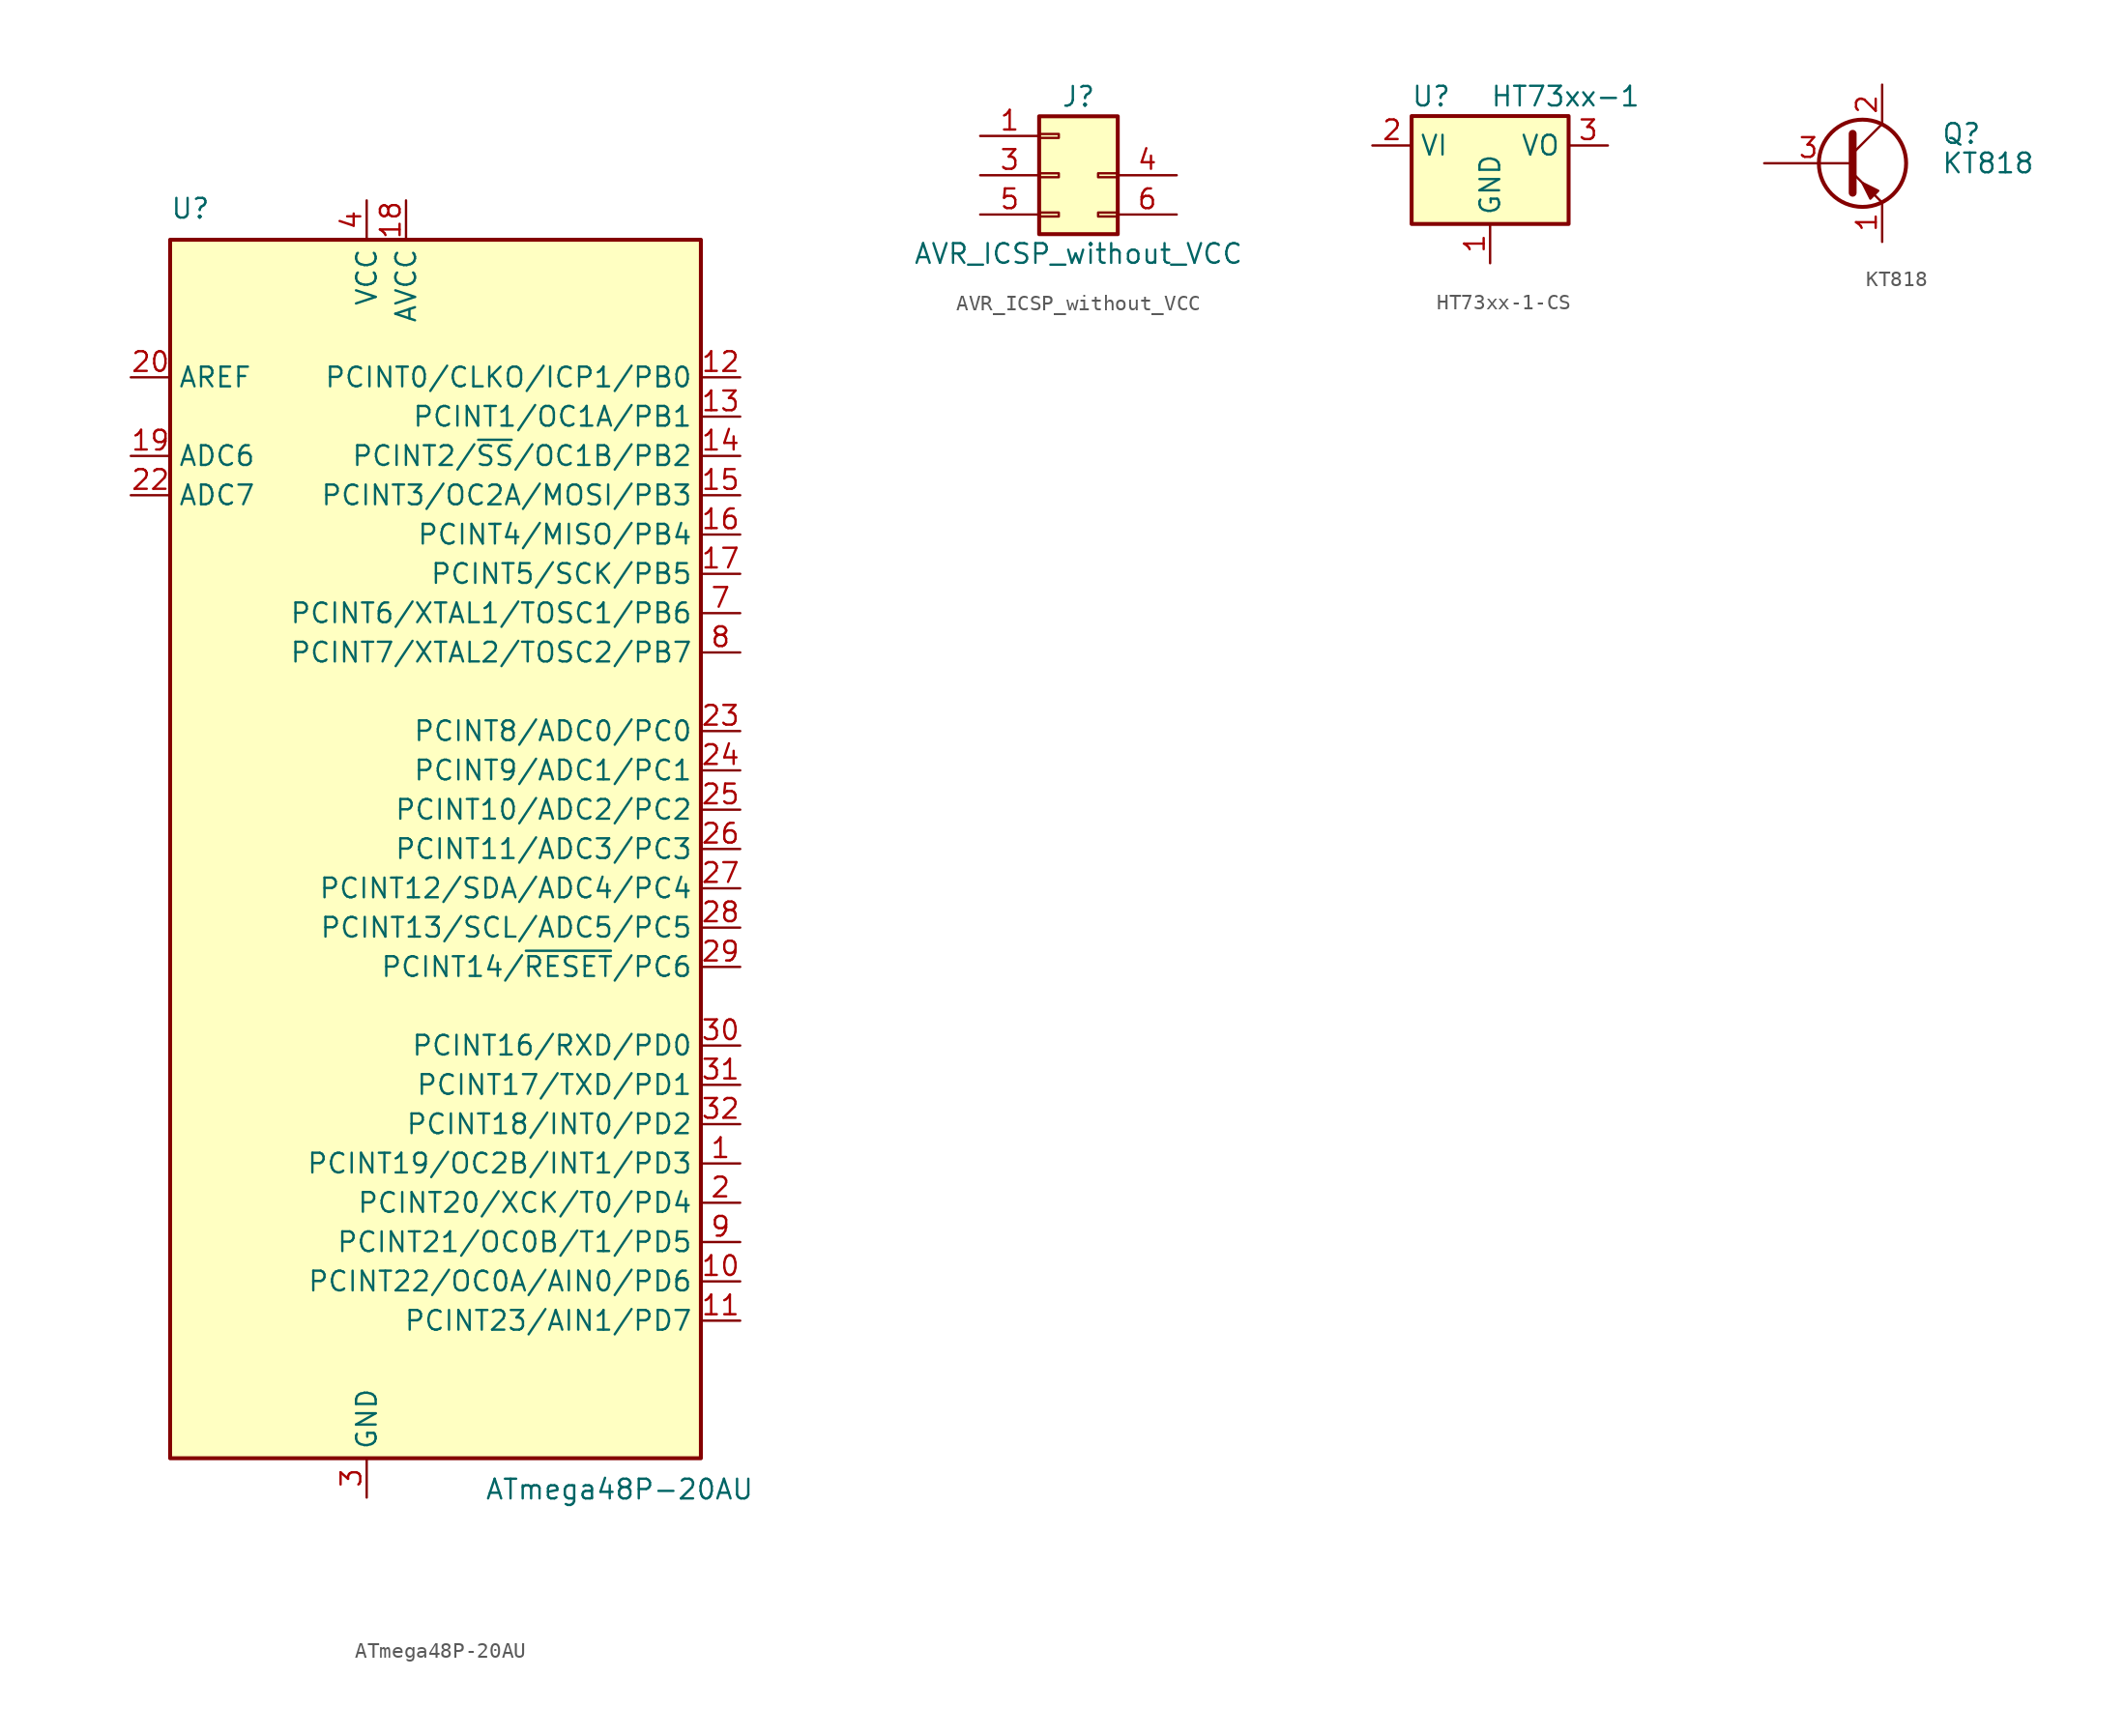
<source format=kicad_sym>
(kicad_symbol_lib
  (version 20220914)
  (generator kicad_symbol_editor)
  (symbol "ATmega48P-20AU"
    (property "Reference" "U"
      (at -21.59 40.64 0)
      (effects (font (size 1.27 1.27)) (justify left bottom)))
    (property "Value" "ATmega48P-20AU"
      (at -1.27 -40.64 0)
      (effects (font (size 1.27 1.27)) (justify left top)))
    (symbol "ATmega48P-20AU_0_1"
      (rectangle (start -21.59 -39.37) (end 12.7 39.37) (stroke (width 0.254) (type solid)) (fill (type background))))
    (symbol "ATmega48P-20AU_1_1"
      (pin bidirectional line (at 15.24 -20.32 180) (length 2.54) (name "PCINT19/OC2B/INT1/PD3" (effects (font (size 1.27 1.27)))) (number "1" (effects (font (size 1.27 1.27)))))
      (pin bidirectional line (at 15.24 -27.94 180) (length 2.54) (name "PCINT22/OC0A/AIN0/PD6" (effects (font (size 1.27 1.27)))) (number "10" (effects (font (size 1.27 1.27)))))
      (pin bidirectional line (at 15.24 -30.48 180) (length 2.54) (name "PCINT23/AIN1/PD7" (effects (font (size 1.27 1.27)))) (number "11" (effects (font (size 1.27 1.27)))))
      (pin bidirectional line (at 15.24 30.48 180) (length 2.54) (name "PCINT0/CLKO/ICP1/PB0" (effects (font (size 1.27 1.27)))) (number "12" (effects (font (size 1.27 1.27)))))
      (pin bidirectional line (at 15.24 27.94 180) (length 2.54) (name "PCINT1/OC1A/PB1" (effects (font (size 1.27 1.27)))) (number "13" (effects (font (size 1.27 1.27)))))
      (pin bidirectional line (at 15.24 25.4 180) (length 2.54) (name "PCINT2/~{SS}/OC1B/PB2" (effects (font (size 1.27 1.27)))) (number "14" (effects (font (size 1.27 1.27)))))
      (pin bidirectional line (at 15.24 22.86 180) (length 2.54) (name "PCINT3/OC2A/MOSI/PB3" (effects (font (size 1.27 1.27)))) (number "15" (effects (font (size 1.27 1.27)))))
      (pin bidirectional line (at 15.24 20.32 180) (length 2.54) (name "PCINT4/MISO/PB4" (effects (font (size 1.27 1.27)))) (number "16" (effects (font (size 1.27 1.27)))))
      (pin bidirectional line (at 15.24 17.78 180) (length 2.54) (name "PCINT5/SCK/PB5" (effects (font (size 1.27 1.27)))) (number "17" (effects (font (size 1.27 1.27)))))
      (pin power_in line (at -6.35 41.91 270) (length 2.54) (name "AVCC" (effects (font (size 1.27 1.27)))) (number "18" (effects (font (size 1.27 1.27)))))
      (pin input line (at -24.13 25.4 0) (length 2.54) (name "ADC6" (effects (font (size 1.27 1.27)))) (number "19" (effects (font (size 1.27 1.27)))))
      (pin bidirectional line (at 15.24 -22.86 180) (length 2.54) (name "PCINT20/XCK/T0/PD4" (effects (font (size 1.27 1.27)))) (number "2" (effects (font (size 1.27 1.27)))))
      (pin passive line (at -24.13 30.48 0) (length 2.54) (name "AREF" (effects (font (size 1.27 1.27)))) (number "20" (effects (font (size 1.27 1.27)))))
      (pin passive line (at -8.89 -41.91 90) (length 2.54) hide (name "GND" (effects (font (size 1.27 1.27)))) (number "21" (effects (font (size 1.27 1.27)))))
      (pin input line (at -24.13 22.86 0) (length 2.54) (name "ADC7" (effects (font (size 1.27 1.27)))) (number "22" (effects (font (size 1.27 1.27)))))
      (pin bidirectional line (at 15.24 7.62 180) (length 2.54) (name "PCINT8/ADC0/PC0" (effects (font (size 1.27 1.27)))) (number "23" (effects (font (size 1.27 1.27)))))
      (pin bidirectional line (at 15.24 5.08 180) (length 2.54) (name "PCINT9/ADC1/PC1" (effects (font (size 1.27 1.27)))) (number "24" (effects (font (size 1.27 1.27)))))
      (pin bidirectional line (at 15.24 2.54 180) (length 2.54) (name "PCINT10/ADC2/PC2" (effects (font (size 1.27 1.27)))) (number "25" (effects (font (size 1.27 1.27)))))
      (pin bidirectional line (at 15.24 0 180) (length 2.54) (name "PCINT11/ADC3/PC3" (effects (font (size 1.27 1.27)))) (number "26" (effects (font (size 1.27 1.27)))))
      (pin bidirectional line (at 15.24 -2.54 180) (length 2.54) (name "PCINT12/SDA/ADC4/PC4" (effects (font (size 1.27 1.27)))) (number "27" (effects (font (size 1.27 1.27)))))
      (pin bidirectional line (at 15.24 -5.08 180) (length 2.54) (name "PCINT13/SCL/ADC5/PC5" (effects (font (size 1.27 1.27)))) (number "28" (effects (font (size 1.27 1.27)))))
      (pin bidirectional line (at 15.24 -7.62 180) (length 2.54) (name "PCINT14/~{RESET}/PC6" (effects (font (size 1.27 1.27)))) (number "29" (effects (font (size 1.27 1.27)))))
      (pin power_in line (at -8.89 -41.91 90) (length 2.54) (name "GND" (effects (font (size 1.27 1.27)))) (number "3" (effects (font (size 1.27 1.27)))))
      (pin bidirectional line (at 15.24 -12.7 180) (length 2.54) (name "PCINT16/RXD/PD0" (effects (font (size 1.27 1.27)))) (number "30" (effects (font (size 1.27 1.27)))))
      (pin bidirectional line (at 15.24 -15.24 180) (length 2.54) (name "PCINT17/TXD/PD1" (effects (font (size 1.27 1.27)))) (number "31" (effects (font (size 1.27 1.27)))))
      (pin bidirectional line (at 15.24 -17.78 180) (length 2.54) (name "PCINT18/INT0/PD2" (effects (font (size 1.27 1.27)))) (number "32" (effects (font (size 1.27 1.27)))))
      (pin power_in line (at -8.89 41.91 270) (length 2.54) (name "VCC" (effects (font (size 1.27 1.27)))) (number "4" (effects (font (size 1.27 1.27)))))
      (pin passive line (at -8.89 -41.91 90) (length 2.54) hide (name "GND" (effects (font (size 1.27 1.27)))) (number "5" (effects (font (size 1.27 1.27)))))
      (pin passive line (at -8.89 41.91 270) (length 2.54) hide (name "VCC" (effects (font (size 1.27 1.27)))) (number "6" (effects (font (size 1.27 1.27)))))
      (pin bidirectional line (at 15.24 15.24 180) (length 2.54) (name "PCINT6/XTAL1/TOSC1/PB6" (effects (font (size 1.27 1.27)))) (number "7" (effects (font (size 1.27 1.27)))))
      (pin bidirectional line (at 15.24 12.7 180) (length 2.54) (name "PCINT7/XTAL2/TOSC2/PB7" (effects (font (size 1.27 1.27)))) (number "8" (effects (font (size 1.27 1.27)))))
      (pin bidirectional line (at 15.24 -25.4 180) (length 2.54) (name "PCINT21/OC0B/T1/PD5" (effects (font (size 1.27 1.27)))) (number "9" (effects (font (size 1.27 1.27)))))))
  (symbol "AVR_ICSP_without_VCC"
    (pin_names
      (offset 1.016) hide)
    (property "Reference" "J"
      (at 1.27 5.08 0)
      (effects (font (size 1.27 1.27))))
    (property "Value" "AVR_ICSP_without_VCC"
      (at 1.27 -5.08 0)
      (effects (font (size 1.27 1.27))))
    (symbol "AVR_ICSP_without_VCC_1_1"
      (rectangle (start -1.27 -2.413) (end 0 -2.667) (stroke (width 0.152) (type solid)) (fill (type none)))
      (rectangle (start -1.27 0.127) (end 0 -0.127) (stroke (width 0.152) (type solid)) (fill (type none)))
      (rectangle (start -1.27 2.667) (end 0 2.413) (stroke (width 0.152) (type solid)) (fill (type none)))
      (rectangle (start -1.27 3.81) (end 3.81 -3.81) (stroke (width 0.254) (type solid)) (fill (type background)))
      (rectangle (start 3.81 -2.413) (end 2.54 -2.667) (stroke (width 0.152) (type solid)) (fill (type none)))
      (rectangle (start 3.81 0.127) (end 2.54 -0.127) (stroke (width 0.152) (type solid)) (fill (type none)))
      (pin passive line (at -5.08 2.54 0) (length 3.81) (name "MISO" (effects (font (size 1.27 1.27)))) (number "1" (effects (font (size 1.27 1.27)))))
      (pin passive line (at -5.08 0 0) (length 3.81) (name "SCK" (effects (font (size 1.27 1.27)))) (number "3" (effects (font (size 1.27 1.27)))))
      (pin passive line (at 7.62 0 180) (length 3.81) (name "MOSI" (effects (font (size 1.27 1.27)))) (number "4" (effects (font (size 1.27 1.27)))))
      (pin passive line (at -5.08 -2.54 0) (length 3.81) (name "~{RESET}" (effects (font (size 1.27 1.27)))) (number "5" (effects (font (size 1.27 1.27)))))
      (pin passive line (at 7.62 -2.54 180) (length 3.81) (name "GNDD" (effects (font (size 1.27 1.27)))) (number "6" (effects (font (size 1.27 1.27)))))))
  (symbol "HT73xx-1-CS"
    (property "Reference" "U"
      (at -3.81 3.175 0)
      (effects (font (size 1.27 1.27))))
    (property "Value" "HT73xx-1"
      (at 0 3.175 0)
      (effects (font (size 1.27 1.27)) (justify left)))
    (symbol "HT73xx-1-CS_0_1"
      (rectangle (start -5.08 -5.08) (end 5.08 1.905) (stroke (width 0.254) (type default)) (fill (type background))))
    (symbol "HT73xx-1-CS_1_1"
      (pin power_in line (at 0 -7.62 90) (length 2.54) (name "GND" (effects (font (size 1.27 1.27)))) (number "1" (effects (font (size 1.27 1.27)))))
      (pin power_in line (at -7.62 0 0) (length 2.54) (name "VI" (effects (font (size 1.27 1.27)))) (number "2" (effects (font (size 1.27 1.27)))))
      (pin power_out line (at 7.62 0 180) (length 2.54) (name "VO" (effects (font (size 1.27 1.27)))) (number "3" (effects (font (size 1.27 1.27)))))))
  (symbol "KT818"
    (pin_names
      (offset 0) hide)
    (property "Reference" "Q"
      (at 6.35 1.905 0)
      (effects (font (size 1.27 1.27)) (justify left)))
    (property "Value" "KT818"
      (at 6.35 0 0)
      (effects (font (size 1.27 1.27)) (justify left)))
    (symbol "KT818_0_1"
      (polyline (pts (xy 0.635 0.635) (xy 2.54 2.54)) (stroke (width 0) (type solid)) (fill (type none)))
      (polyline (pts (xy 0.635 -0.635) (xy 2.54 -2.54) (xy 2.54 -2.54)) (stroke (width 0) (type solid)) (fill (type none)))
      (polyline (pts (xy 0.635 1.905) (xy 0.635 -1.905) (xy 0.635 -1.905)) (stroke (width 0.508) (type solid)) (fill (type none)))
      (polyline (pts (xy 2.286 -1.778) (xy 1.778 -2.286) (xy 1.27 -1.27) (xy 2.286 -1.778) (xy 2.286 -1.778)) (stroke (width 0) (type solid)) (fill (type outline)))
      (circle (center 1.27 0) (radius 2.819) (stroke (width 0.254) (type solid)) (fill (type none))))
    (symbol "KT818_1_1"
      (pin passive line (at 2.54 -5.08 90) (length 2.54) (name "E" (effects (font (size 1.27 1.27)))) (number "1" (effects (font (size 1.27 1.27)))))
      (pin passive line (at 2.54 5.08 270) (length 2.54) (name "C" (effects (font (size 1.27 1.27)))) (number "2" (effects (font (size 1.27 1.27)))))
      (pin input line (at -5.08 0 0) (length 5.715) (name "B" (effects (font (size 1.27 1.27)))) (number "3" (effects (font (size 1.27 1.27))))))))
</source>
